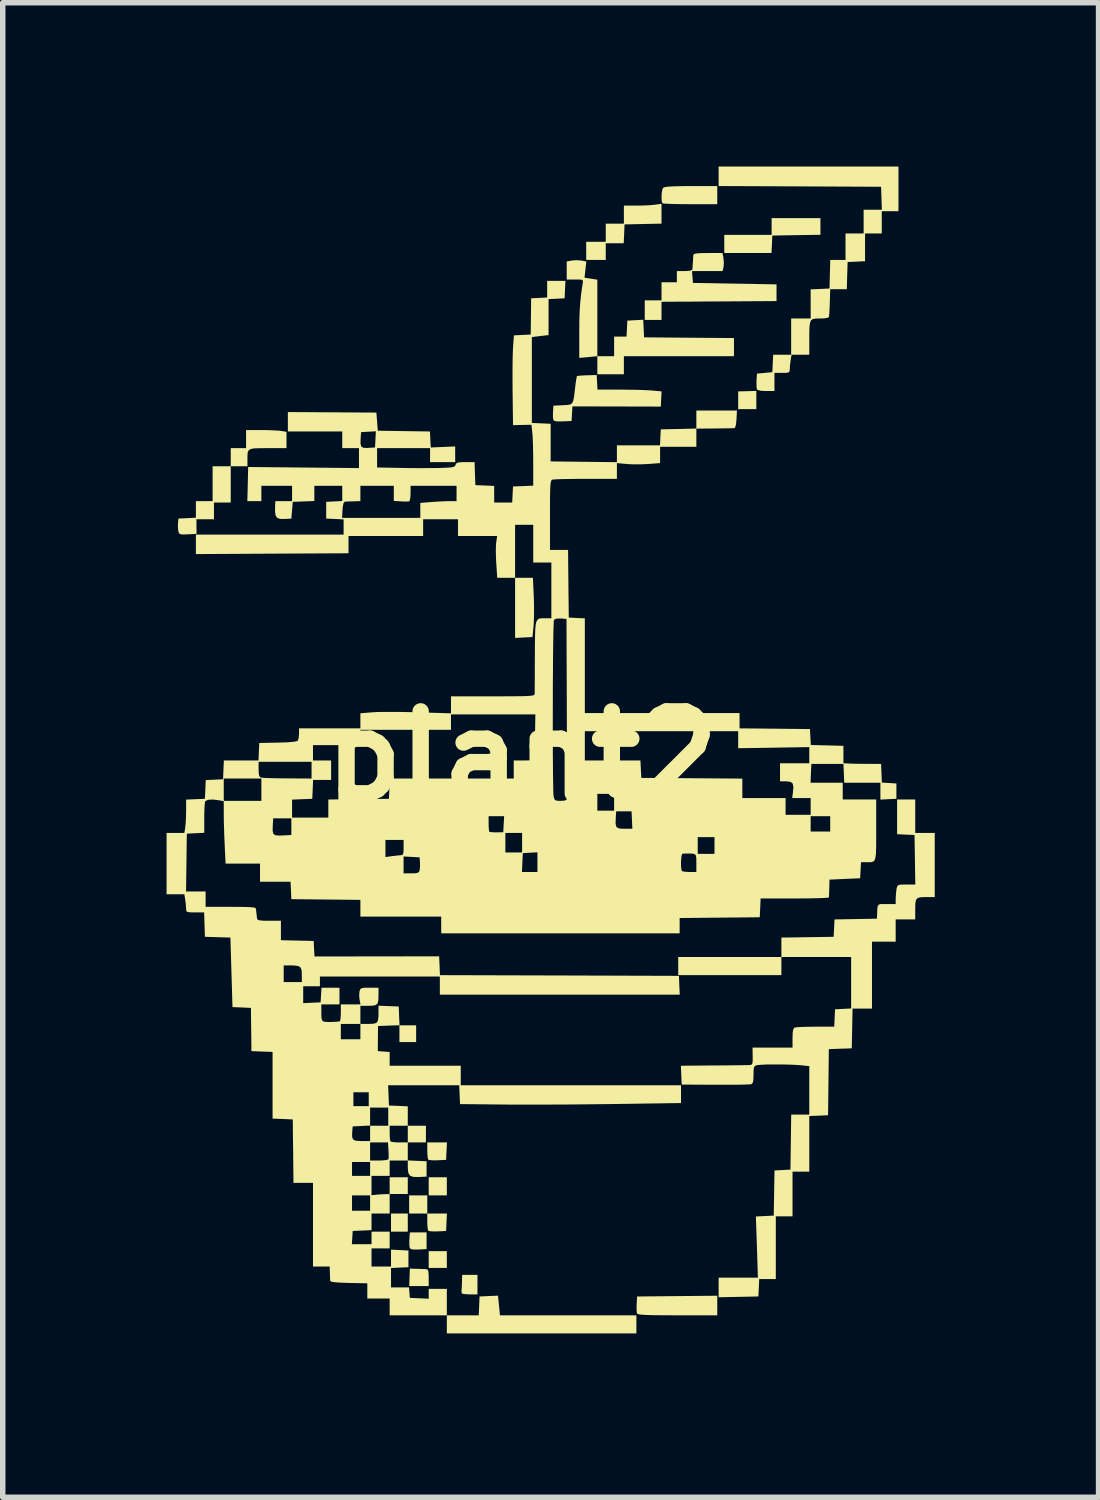
<source format=kicad_pcb>
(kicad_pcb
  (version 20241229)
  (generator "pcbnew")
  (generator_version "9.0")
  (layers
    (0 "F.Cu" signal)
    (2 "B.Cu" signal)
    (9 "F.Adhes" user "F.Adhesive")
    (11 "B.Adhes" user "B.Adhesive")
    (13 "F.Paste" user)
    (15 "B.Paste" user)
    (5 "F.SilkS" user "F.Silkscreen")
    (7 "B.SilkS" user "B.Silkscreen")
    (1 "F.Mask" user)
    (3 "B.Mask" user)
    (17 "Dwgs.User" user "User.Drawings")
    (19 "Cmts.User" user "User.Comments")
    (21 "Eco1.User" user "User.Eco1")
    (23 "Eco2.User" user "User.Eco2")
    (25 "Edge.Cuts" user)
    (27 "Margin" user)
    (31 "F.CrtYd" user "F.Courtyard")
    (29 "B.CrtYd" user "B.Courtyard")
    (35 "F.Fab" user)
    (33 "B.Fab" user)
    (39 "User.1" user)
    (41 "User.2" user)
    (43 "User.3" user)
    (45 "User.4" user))
  (footprint "plant2"
    (layer "F.Cu")
    (at 6.51 10.798)
    (property "Reference" "plant2" (at 0 0 0) (layer "F.SilkS") (effects (font (size 1.5 1.5) (thickness 0.3))))
    (attr board_only exclude_from_pos_files exclude_from_bom)
    (fp_poly (pts (xy -2.093 8.539) (xy -2.093 8.705) (xy -2.246 8.705) (xy -2.4 8.705) (xy -2.4 8.539) (xy -2.4 8.373) (xy -2.246 8.373) (xy -2.093 8.373)) (stroke (width 0) (type solid)) (fill yes) (layer "F.SilkS"))
    (fp_poly (pts (xy -1.736 8.207) (xy -1.736 8.373) (xy -1.902 8.373) (xy -2.068 8.373) (xy -2.068 8.207) (xy -2.068 8.041) (xy -1.902 8.041) (xy -1.736 8.041)) (stroke (width 0) (type solid)) (fill yes) (layer "F.SilkS"))
    (fp_poly (pts (xy -1.378 7.875) (xy -1.378 8.041) (xy -1.544 8.041) (xy -1.71 8.041) (xy -1.71 7.875) (xy -1.71 7.709) (xy -1.544 7.709) (xy -1.378 7.709)) (stroke (width 0) (type solid)) (fill yes) (layer "F.SilkS"))
    (fp_poly (pts (xy -1.378 9.215) (xy -1.378 9.369) (xy -1.544 9.369) (xy -1.71 9.369) (xy -1.71 9.215) (xy -1.71 9.062) (xy -1.544 9.062) (xy -1.378 9.062)) (stroke (width 0) (type solid)) (fill yes) (layer "F.SilkS"))
    (fp_poly (pts (xy 4.289 -6.523) (xy 4.289 -6.356) (xy 4.123 -6.356) (xy 3.957 -6.356) (xy 3.957 -6.519) (xy 3.957 -6.681) (xy 4.123 -6.685) (xy 4.289 -6.69)) (stroke (width 0) (type solid)) (fill yes) (layer "F.SilkS"))
    (fp_poly (pts (xy -1.749 8.871) (xy -1.749 9.024) (xy -1.896 9.032) (xy -1.987 9.033) (xy -2.038 9.022) (xy -2.057 9.003) (xy -2.064 8.957) (xy -2.065 8.882) (xy -2.063 8.842) (xy -2.055 8.718) (xy -1.902 8.718) (xy -1.749 8.718)) (stroke (width 0) (type solid)) (fill yes) (layer "F.SilkS"))
    (fp_poly (pts (xy -1.384 7.231) (xy -1.391 7.39) (xy -1.545 7.398) (xy -1.63 7.399) (xy -1.693 7.394) (xy -1.718 7.387) (xy -1.728 7.354) (xy -1.734 7.285) (xy -1.736 7.22) (xy -1.736 7.071) (xy -1.556 7.071) (xy -1.376 7.071)) (stroke (width 0) (type solid)) (fill yes) (layer "F.SilkS"))
    (fp_poly (pts (xy -1.384 8.533) (xy -1.391 8.692) (xy -1.545 8.7) (xy -1.63 8.701) (xy -1.693 8.696) (xy -1.718 8.689) (xy -1.728 8.655) (xy -1.734 8.587) (xy -1.736 8.522) (xy -1.736 8.373) (xy -1.556 8.373) (xy -1.376 8.373)) (stroke (width 0) (type solid)) (fill yes) (layer "F.SilkS"))
    (fp_poly (pts (xy 0.214 -2.929) (xy 0.218 -2.78) (xy 0.219 -2.626) (xy 0.216 -2.487) (xy 0.21 -2.387) (xy 0.191 -2.183) (xy 0.032 -2.175) (xy -0.128 -2.167) (xy -0.128 -2.717) (xy -0.128 -3.268) (xy 0.035 -3.268) (xy 0.198 -3.268)) (stroke (width 0) (type solid)) (fill yes) (layer "F.SilkS"))
    (fp_poly (pts (xy -1.927 9.386) (xy -1.843 9.388) (xy -1.775 9.391) (xy -1.755 9.392) (xy -1.73 9.401) (xy -1.716 9.434) (xy -1.711 9.5) (xy -1.71 9.547) (xy -1.71 9.701) (xy -1.889 9.701) (xy -2.067 9.701) (xy -2.061 9.541) (xy -2.055 9.381)) (stroke (width 0) (type solid)) (fill yes) (layer "F.SilkS"))
    (fp_poly (pts (xy -0.817 9.675) (xy -0.817 9.854) (xy -0.956 9.854) (xy -1.034 9.85) (xy -1.089 9.842) (xy -1.104 9.835) (xy -1.11 9.794) (xy -1.109 9.783) (xy -1.105 9.741) (xy -1.102 9.667) (xy -1.101 9.624) (xy -1.098 9.496) (xy -0.957 9.496) (xy -0.817 9.496)) (stroke (width 0) (type solid)) (fill yes) (layer "F.SilkS"))
    (fp_poly (pts (xy 5.463 -9.701) (xy 5.463 -9.549) (xy 5.023 -9.542) (xy 4.582 -9.535) (xy 4.575 -9.375) (xy 4.567 -9.215) (xy 4.134 -9.215) (xy 3.702 -9.215) (xy 3.702 -9.381) (xy 3.702 -9.547) (xy 4.135 -9.547) (xy 4.569 -9.547) (xy 4.569 -9.701) (xy 4.569 -9.854) (xy 5.016 -9.854) (xy 5.463 -9.854)) (stroke (width 0) (type solid)) (fill yes) (layer "F.SilkS"))
    (fp_poly (pts (xy 3.574 10.057) (xy 3.574 10.237) (xy 2.846 10.237) (xy 2.627 10.236) (xy 2.454 10.235) (xy 2.323 10.232) (xy 2.227 10.228) (xy 2.163 10.223) (xy 2.124 10.215) (xy 2.106 10.205) (xy 2.104 10.202) (xy 2.098 10.158) (xy 2.096 10.083) (xy 2.098 10.029) (xy 2.106 9.892) (xy 2.84 9.885) (xy 3.574 9.878)) (stroke (width 0) (type solid)) (fill yes) (layer "F.SilkS"))
    (fp_poly (pts (xy 3.574 -10.275) (xy 3.574 -10.109) (xy 3.08 -10.109) (xy 2.927 -10.11) (xy 2.79 -10.112) (xy 2.68 -10.116) (xy 2.604 -10.12) (xy 2.57 -10.125) (xy 2.57 -10.126) (xy 2.557 -10.166) (xy 2.553 -10.235) (xy 2.557 -10.313) (xy 2.569 -10.379) (xy 2.583 -10.41) (xy 2.615 -10.422) (xy 2.684 -10.431) (xy 2.795 -10.437) (xy 2.951 -10.44) (xy 3.094 -10.441) (xy 3.574 -10.441)) (stroke (width 0) (type solid)) (fill yes) (layer "F.SilkS"))
    (fp_poly (pts (xy 2.553 -9.934) (xy 2.553 -9.753) (xy 2.215 -9.746) (xy 1.876 -9.739) (xy 1.869 -9.566) (xy 1.861 -9.394) (xy 1.696 -9.394) (xy 1.532 -9.394) (xy 1.532 -9.241) (xy 1.532 -9.088) (xy 1.353 -9.088) (xy 1.174 -9.088) (xy 1.174 -9.254) (xy 1.174 -9.42) (xy 1.353 -9.42) (xy 1.532 -9.42) (xy 1.532 -9.586) (xy 1.532 -9.752) (xy 1.698 -9.752) (xy 1.864 -9.752) (xy 1.864 -9.917) (xy 1.864 -10.083) (xy 2.09 -10.083) (xy 2.21 -10.085) (xy 2.326 -10.09) (xy 2.418 -10.098) (xy 2.434 -10.1) (xy 2.553 -10.116)) (stroke (width 0) (type solid)) (fill yes) (layer "F.SilkS"))
    (fp_poly (pts (xy 1.373 -6.847) (xy 1.381 -6.714) (xy 1.795 -6.714) (xy 1.951 -6.712) (xy 2.105 -6.71) (xy 2.241 -6.705) (xy 2.347 -6.7) (xy 2.381 -6.697) (xy 2.554 -6.681) (xy 2.547 -6.542) (xy 2.54 -6.403) (xy 1.731 -6.405) (xy 0.922 -6.407) (xy 0.914 -6.273) (xy 0.906 -6.139) (xy 0.746 -6.132) (xy 0.651 -6.131) (xy 0.596 -6.139) (xy 0.573 -6.16) (xy 0.572 -6.161) (xy 0.565 -6.208) (xy 0.565 -6.282) (xy 0.566 -6.309) (xy 0.574 -6.42) (xy 0.745 -6.428) (xy 0.825 -6.432) (xy 0.88 -6.441) (xy 0.915 -6.464) (xy 0.937 -6.51) (xy 0.952 -6.587) (xy 0.966 -6.704) (xy 0.97 -6.74) (xy 0.982 -6.838) (xy 0.994 -6.914) (xy 1.003 -6.957) (xy 1.005 -6.961) (xy 1.033 -6.967) (xy 1.099 -6.972) (xy 1.188 -6.976) (xy 1.19 -6.976) (xy 1.366 -6.981)) (stroke (width 0) (type solid)) (fill yes) (layer "F.SilkS"))
    (fp_poly (pts (xy 1.086 -9.077) (xy 1.176 -9.06) (xy 1.16 -8.911) (xy 1.143 -8.763) (xy 1.261 -8.745) (xy 1.378 -8.727) (xy 1.378 -8.027) (xy 1.378 -7.326) (xy 1.532 -7.326) (xy 1.685 -7.326) (xy 1.685 -7.505) (xy 1.685 -7.684) (xy 1.798 -7.684) (xy 1.912 -7.684) (xy 1.92 -7.831) (xy 1.927 -7.977) (xy 2.073 -7.985) (xy 2.218 -7.993) (xy 2.226 -7.832) (xy 2.234 -7.671) (xy 3.057 -7.664) (xy 3.88 -7.658) (xy 3.88 -7.492) (xy 3.88 -7.326) (xy 2.872 -7.326) (xy 1.864 -7.326) (xy 1.864 -7.161) (xy 1.864 -6.995) (xy 1.621 -6.995) (xy 1.378 -6.995) (xy 1.378 -7.16) (xy 1.378 -7.325) (xy 1.213 -7.309) (xy 1.047 -7.294) (xy 1.047 -7.758) (xy 1.048 -7.98) (xy 1.055 -8.166) (xy 1.067 -8.332) (xy 1.085 -8.494) (xy 1.11 -8.66) (xy 1.115 -8.699) (xy 1.104 -8.72) (xy 1.067 -8.729) (xy 0.992 -8.73) (xy 0.969 -8.73) (xy 0.817 -8.73) (xy 0.817 -8.895) (xy 0.817 -9.06) (xy 0.906 -9.077) (xy 0.997 -9.084)) (stroke (width 0) (type solid)) (fill yes) (layer "F.SilkS"))
    (fp_poly (pts (xy 3.687 -9.124) (xy 3.695 -9.039) (xy 3.689 -8.96) (xy 3.688 -8.958) (xy 3.672 -8.884) (xy 3.391 -8.884) (xy 3.111 -8.884) (xy 3.12 -8.775) (xy 3.129 -8.667) (xy 3.894 -8.654) (xy 4.659 -8.641) (xy 4.659 -8.488) (xy 4.659 -8.335) (xy 3.74 -8.329) (xy 3.522 -8.328) (xy 3.315 -8.327) (xy 3.125 -8.325) (xy 2.961 -8.324) (xy 2.827 -8.324) (xy 2.732 -8.323) (xy 2.687 -8.323) (xy 2.553 -8.322) (xy 2.553 -8.156) (xy 2.553 -7.99) (xy 2.4 -7.99) (xy 2.246 -7.99) (xy 2.246 -8.169) (xy 2.246 -8.348) (xy 2.4 -8.348) (xy 2.553 -8.348) (xy 2.553 -8.513) (xy 2.553 -8.679) (xy 2.693 -8.679) (xy 2.834 -8.679) (xy 2.834 -8.782) (xy 2.834 -8.884) (xy 2.974 -8.884) (xy 3.069 -8.889) (xy 3.114 -8.907) (xy 3.118 -8.916) (xy 3.122 -8.96) (xy 3.126 -9.031) (xy 3.128 -9.05) (xy 3.132 -9.123) (xy 3.136 -9.176) (xy 3.137 -9.184) (xy 3.154 -9.199) (xy 3.207 -9.209) (xy 3.301 -9.214) (xy 3.405 -9.215) (xy 3.67 -9.215)) (stroke (width 0) (type solid)) (fill yes) (layer "F.SilkS"))
    (fp_poly (pts (xy -4.78 -5.973) (xy -4.655 -5.972) (xy -4.54 -5.967) (xy -4.449 -5.962) (xy -4.41 -5.957) (xy -4.314 -5.941) (xy -4.314 -5.791) (xy -4.314 -5.642) (xy -4.656 -5.642) (xy -4.801 -5.641) (xy -4.902 -5.638) (xy -4.968 -5.627) (xy -5.006 -5.603) (xy -5.024 -5.564) (xy -5.029 -5.505) (xy -5.029 -5.435) (xy -5.029 -5.31) (xy -5.182 -5.31) (xy -5.335 -5.31) (xy -5.335 -4.978) (xy -5.335 -4.646) (xy -5.488 -4.646) (xy -5.642 -4.646) (xy -5.642 -4.493) (xy -5.642 -4.34) (xy -5.802 -4.34) (xy -5.963 -4.34) (xy -5.962 -4.206) (xy -5.961 -4.072) (xy -6.119 -4.064) (xy -6.207 -4.061) (xy -6.256 -4.066) (xy -6.281 -4.083) (xy -6.293 -4.116) (xy -6.294 -4.118) (xy -6.302 -4.188) (xy -6.301 -4.266) (xy -6.293 -4.352) (xy -6.133 -4.36) (xy -5.973 -4.368) (xy -5.973 -4.52) (xy -5.973 -4.672) (xy -5.82 -4.672) (xy -5.667 -4.672) (xy -5.667 -4.991) (xy -5.667 -5.31) (xy -5.501 -5.31) (xy -5.335 -5.31) (xy -5.335 -5.476) (xy -5.335 -5.642) (xy -5.195 -5.642) (xy -5.054 -5.642) (xy -5.054 -5.808) (xy -5.054 -5.973)) (stroke (width 0) (type solid)) (fill yes) (layer "F.SilkS"))
    (fp_poly (pts (xy 6.892 -10.39) (xy 6.892 -9.981) (xy 6.739 -9.981) (xy 6.586 -9.981) (xy 6.586 -9.777) (xy 6.586 -9.573) (xy 6.433 -9.573) (xy 6.28 -9.573) (xy 6.28 -9.319) (xy 6.28 -9.065) (xy 6.12 -9.057) (xy 5.961 -9.05) (xy 5.953 -8.801) (xy 5.946 -8.552) (xy 5.794 -8.552) (xy 5.642 -8.552) (xy 5.637 -8.379) (xy 5.632 -8.228) (xy 5.626 -8.116) (xy 5.62 -8.048) (xy 5.595 -8.028) (xy 5.525 -8.018) (xy 5.453 -8.016) (xy 5.379 -8.015) (xy 5.327 -8.007) (xy 5.293 -7.985) (xy 5.273 -7.941) (xy 5.263 -7.868) (xy 5.259 -7.758) (xy 5.259 -7.626) (xy 5.259 -7.352) (xy 5.096 -7.352) (xy 4.934 -7.352) (xy 4.918 -7.256) (xy 4.907 -7.171) (xy 4.902 -7.095) (xy 4.902 -7.09) (xy 4.898 -7.05) (xy 4.881 -7.029) (xy 4.837 -7.021) (xy 4.761 -7.02) (xy 4.621 -7.02) (xy 4.621 -6.854) (xy 4.621 -6.688) (xy 4.467 -6.688) (xy 4.367 -6.693) (xy 4.312 -6.709) (xy 4.299 -6.723) (xy 4.293 -6.768) (xy 4.292 -6.843) (xy 4.293 -6.883) (xy 4.301 -7.007) (xy 4.442 -7.02) (xy 4.582 -7.033) (xy 4.59 -7.192) (xy 4.597 -7.352) (xy 4.762 -7.352) (xy 4.927 -7.352) (xy 4.927 -7.684) (xy 4.927 -8.016) (xy 5.106 -8.016) (xy 5.284 -8.016) (xy 5.284 -8.283) (xy 5.284 -8.549) (xy 5.457 -8.557) (xy 5.629 -8.565) (xy 5.636 -8.826) (xy 5.643 -9.088) (xy 5.783 -9.088) (xy 5.922 -9.088) (xy 5.922 -9.33) (xy 5.922 -9.573) (xy 6.088 -9.573) (xy 6.254 -9.573) (xy 6.254 -9.79) (xy 6.254 -10.007) (xy 6.421 -10.007) (xy 6.588 -10.007) (xy 6.581 -10.217) (xy 6.573 -10.428) (xy 5.086 -10.435) (xy 3.599 -10.441) (xy 3.599 -10.62) (xy 3.599 -10.798) (xy 5.246 -10.798) (xy 6.892 -10.798)) (stroke (width 0) (type solid)) (fill yes) (layer "F.SilkS"))
    (fp_poly (pts (xy 7.199 1.098) (xy 7.199 1.404) (xy 7.377 1.404) (xy 7.556 1.404) (xy 7.556 1.991) (xy 7.556 2.578) (xy 7.418 2.578) (xy 7.312 2.58) (xy 7.248 2.593) (xy 7.214 2.627) (xy 7.201 2.692) (xy 7.199 2.798) (xy 7.199 2.798) (xy 7.199 2.987) (xy 7.02 2.987) (xy 6.841 2.987) (xy 6.841 3.191) (xy 6.841 3.395) (xy 6.624 3.395) (xy 6.407 3.395) (xy 6.407 4.008) (xy 6.407 4.621) (xy 6.229 4.621) (xy 6.051 4.621) (xy 6.044 4.984) (xy 6.037 5.348) (xy 5.827 5.355) (xy 5.617 5.363) (xy 5.61 5.968) (xy 5.603 6.573) (xy 5.431 6.581) (xy 5.259 6.588) (xy 5.259 7.098) (xy 5.259 7.607) (xy 5.106 7.607) (xy 4.952 7.607) (xy 4.952 8.016) (xy 4.952 8.424) (xy 4.799 8.424) (xy 4.646 8.424) (xy 4.646 8.998) (xy 4.646 9.573) (xy 4.494 9.573) (xy 4.342 9.573) (xy 4.335 9.732) (xy 4.327 9.892) (xy 3.963 9.899) (xy 3.599 9.906) (xy 3.599 9.727) (xy 3.599 9.547) (xy 3.959 9.547) (xy 4.318 9.547) (xy 4.3 8.987) (xy 4.281 8.427) (xy 4.445 8.419) (xy 4.608 8.411) (xy 4.615 7.998) (xy 4.622 7.584) (xy 4.768 7.577) (xy 4.914 7.569) (xy 4.921 7.065) (xy 4.928 6.561) (xy 5.093 6.561) (xy 5.259 6.561) (xy 5.259 6.118) (xy 5.259 5.674) (xy 5.102 5.658) (xy 5.004 5.651) (xy 4.881 5.646) (xy 4.745 5.643) (xy 4.608 5.643) (xy 4.481 5.644) (xy 4.377 5.649) (xy 4.308 5.655) (xy 4.295 5.658) (xy 4.263 5.671) (xy 4.246 5.699) (xy 4.239 5.754) (xy 4.238 5.833) (xy 4.235 5.923) (xy 4.226 5.974) (xy 4.207 5.999) (xy 4.189 6.006) (xy 4.151 6.009) (xy 4.069 6.012) (xy 3.951 6.014) (xy 3.806 6.015) (xy 3.641 6.015) (xy 3.532 6.015) (xy 2.923 6.012) (xy 2.915 5.839) (xy 2.908 5.667) (xy 3.503 5.662) (xy 3.675 5.661) (xy 3.834 5.659) (xy 3.97 5.658) (xy 4.076 5.656) (xy 4.143 5.655) (xy 4.161 5.655) (xy 4.196 5.65) (xy 4.215 5.632) (xy 4.222 5.588) (xy 4.223 5.507) (xy 4.222 5.494) (xy 4.22 5.335) (xy 4.586 5.335) (xy 4.952 5.335) (xy 4.952 5.159) (xy 4.955 5.06) (xy 4.965 5.001) (xy 4.984 4.973) (xy 4.993 4.968) (xy 5.032 4.962) (xy 5.112 4.957) (xy 5.221 4.954) (xy 5.349 4.952) (xy 5.374 4.952) (xy 5.716 4.952) (xy 5.723 4.793) (xy 5.731 4.633) (xy 5.878 4.626) (xy 6.025 4.618) (xy 6.025 4.147) (xy 6.025 3.676) (xy 5.386 3.676) (xy 4.748 3.676) (xy 4.748 3.842) (xy 4.748 4.008) (xy 3.804 4.008) (xy 2.859 4.008) (xy 2.859 3.842) (xy 2.859 3.676) (xy 3.804 3.676) (xy 4.748 3.676) (xy 4.748 3.498) (xy 4.748 3.32) (xy 5.227 3.313) (xy 5.705 3.306) (xy 5.713 3.147) (xy 5.721 2.988) (xy 6.109 2.981) (xy 6.497 2.974) (xy 6.5 2.91) (xy 6.504 2.809) (xy 6.511 2.748) (xy 6.53 2.717) (xy 6.57 2.706) (xy 6.639 2.706) (xy 6.675 2.706) (xy 6.841 2.706) (xy 6.841 2.607) (xy 6.846 2.517) (xy 6.856 2.433) (xy 6.857 2.428) (xy 6.868 2.385) (xy 6.887 2.361) (xy 6.926 2.351) (xy 7 2.349) (xy 7.037 2.349) (xy 7.2 2.349) (xy 7.193 1.895) (xy 7.186 1.442) (xy 7.026 1.435) (xy 6.867 1.427) (xy 6.867 1.109) (xy 6.867 0.791) (xy 7.033 0.791) (xy 7.199 0.791)) (stroke (width 0) (type solid)) (fill yes) (layer "F.SilkS"))
    (fp_poly (pts (xy 0.786 -8.545) (xy 0.779 -8.386) (xy 0.632 -8.378) (xy 0.485 -8.371) (xy 0.485 -8.041) (xy 0.485 -7.712) (xy 0.332 -7.695) (xy 0.179 -7.677) (xy 0.179 -6.89) (xy 0.179 -6.103) (xy 0.351 -6.096) (xy 0.523 -6.088) (xy 0.523 -5.744) (xy 0.523 -5.399) (xy 1.13 -5.392) (xy 1.736 -5.385) (xy 1.736 -5.539) (xy 1.736 -5.693) (xy 2.13 -5.693) (xy 2.525 -5.693) (xy 2.532 -5.839) (xy 2.54 -5.986) (xy 2.865 -5.993) (xy 3.191 -6.001) (xy 3.191 -6.166) (xy 3.191 -6.331) (xy 3.562 -6.331) (xy 3.934 -6.331) (xy 3.926 -6.171) (xy 3.916 -6.071) (xy 3.899 -6.017) (xy 3.887 -6.009) (xy 3.85 -6.007) (xy 3.773 -6.005) (xy 3.667 -6.004) (xy 3.542 -6.002) (xy 3.523 -6.002) (xy 3.191 -5.999) (xy 3.191 -5.833) (xy 3.191 -5.667) (xy 2.859 -5.667) (xy 2.527 -5.667) (xy 2.527 -5.518) (xy 2.527 -5.368) (xy 2.31 -5.352) (xy 2.18 -5.346) (xy 2.041 -5.345) (xy 1.922 -5.351) (xy 1.914 -5.352) (xy 1.736 -5.368) (xy 1.736 -5.224) (xy 1.736 -5.08) (xy 1.164 -5.08) (xy 0.996 -5.079) (xy 0.844 -5.077) (xy 0.716 -5.075) (xy 0.619 -5.071) (xy 0.562 -5.067) (xy 0.551 -5.065) (xy 0.538 -5.054) (xy 0.529 -5.031) (xy 0.521 -4.989) (xy 0.516 -4.922) (xy 0.513 -4.824) (xy 0.511 -4.689) (xy 0.511 -4.512) (xy 0.511 -4.414) (xy 0.511 -3.778) (xy 0.676 -3.778) (xy 0.842 -3.778) (xy 0.848 -3.159) (xy 0.855 -2.54) (xy 1.002 -2.532) (xy 1.149 -2.525) (xy 1.149 -1.658) (xy 1.149 -0.791) (xy 2.566 -0.791) (xy 3.982 -0.791) (xy 3.982 -0.651) (xy 3.982 -0.511) (xy 4.627 -0.505) (xy 5.271 -0.498) (xy 5.279 -0.352) (xy 5.287 -0.206) (xy 5.585 -0.199) (xy 5.884 -0.191) (xy 5.884 -0.032) (xy 5.884 0.128) (xy 5.986 0.133) (xy 6.058 0.136) (xy 6.163 0.138) (xy 6.282 0.139) (xy 6.331 0.139) (xy 6.573 0.14) (xy 6.581 0.311) (xy 6.588 0.482) (xy 6.721 0.49) (xy 6.854 0.498) (xy 6.854 0.638) (xy 6.854 0.779) (xy 6.707 0.786) (xy 6.561 0.794) (xy 6.561 0.639) (xy 6.561 0.485) (xy 6.23 0.485) (xy 5.899 0.485) (xy 5.892 0.313) (xy 5.884 0.14) (xy 5.591 0.14) (xy 5.297 0.14) (xy 5.289 0.313) (xy 5.282 0.485) (xy 5.577 0.485) (xy 5.871 0.485) (xy 5.871 0.638) (xy 5.871 0.791) (xy 6.178 0.791) (xy 6.484 0.791) (xy 6.484 1.35) (xy 6.484 1.539) (xy 6.483 1.682) (xy 6.479 1.786) (xy 6.47 1.858) (xy 6.455 1.903) (xy 6.431 1.928) (xy 6.396 1.938) (xy 6.349 1.94) (xy 6.305 1.94) (xy 6.206 1.94) (xy 6.198 2.087) (xy 6.19 2.234) (xy 5.91 2.246) (xy 5.629 2.259) (xy 5.625 2.412) (xy 5.622 2.497) (xy 5.62 2.56) (xy 5.618 2.585) (xy 5.593 2.59) (xy 5.524 2.595) (xy 5.418 2.599) (xy 5.281 2.602) (xy 5.122 2.603) (xy 4.992 2.604) (xy 4.368 2.604) (xy 4.36 2.776) (xy 4.352 2.948) (xy 3.619 2.955) (xy 2.885 2.962) (xy 2.885 3.102) (xy 2.885 3.242) (xy 0.702 3.242) (xy -1.481 3.242) (xy -1.481 3.089) (xy -1.481 2.936) (xy -2.221 2.936) (xy -2.961 2.936) (xy -2.961 2.783) (xy -2.961 2.63) (xy -3.593 2.623) (xy -4.225 2.617) (xy -4.232 2.457) (xy -4.24 2.297) (xy -4.52 2.297) (xy -4.799 2.297) (xy -4.799 2.132) (xy -4.799 1.99) (xy -2.17 1.99) (xy -2.17 2.144) (xy -2.03 2.144) (xy -1.948 2.142) (xy -1.903 2.131) (xy -1.893 2.119) (xy -0.002 2.119) (xy 0.139 2.119) (xy 0.281 2.119) (xy 0.281 1.942) (xy 2.91 1.942) (xy 2.911 2.018) (xy 2.918 2.078) (xy 2.927 2.102) (xy 2.961 2.112) (xy 3.027 2.118) (xy 3.068 2.119) (xy 3.191 2.119) (xy 3.191 1.953) (xy 3.19 1.863) (xy 3.181 1.812) (xy 3.152 1.788) (xy 3.092 1.781) (xy 3.012 1.781) (xy 2.957 1.783) (xy 2.936 1.784) (xy 2.923 1.808) (xy 2.914 1.867) (xy 2.91 1.942) (xy 0.281 1.942) (xy 0.281 1.939) (xy 0.281 1.759) (xy 0.147 1.766) (xy 0.013 1.774) (xy 0.005 1.946) (xy -0.002 2.119) (xy -1.893 2.119) (xy -1.882 2.107) (xy -1.876 2.087) (xy -1.869 2.021) (xy -1.87 1.942) (xy -1.87 1.94) (xy -1.877 1.851) (xy -2.024 1.843) (xy -2.17 1.835) (xy -2.17 1.99) (xy -4.799 1.99) (xy -4.799 1.966) (xy -5.114 1.966) (xy -5.429 1.966) (xy -5.443 1.688) (xy -2.502 1.688) (xy -2.502 1.845) (xy -2.383 1.829) (xy -2.301 1.819) (xy -2.234 1.813) (xy -2.217 1.812) (xy -2.19 1.805) (xy -2.175 1.776) (xy -2.17 1.712) (xy -2.17 1.672) (xy -2.17 1.583) (xy -0.306 1.583) (xy -0.306 1.761) (xy -0.153 1.761) (xy -0.000001 1.761) (xy -0.000001 1.634) (xy 3.216 1.634) (xy 3.216 1.787) (xy 3.37 1.787) (xy 3.523 1.787) (xy 3.523 1.634) (xy 3.523 1.481) (xy 3.37 1.481) (xy 3.216 1.481) (xy 3.216 1.634) (xy -0.000001 1.634) (xy -0.000001 1.583) (xy -0.000001 1.404) (xy -0.153 1.404) (xy -0.306 1.404) (xy -0.306 1.583) (xy -2.17 1.583) (xy -2.17 1.532) (xy -2.336 1.532) (xy -2.502 1.532) (xy -2.502 1.688) (xy -5.443 1.688) (xy -5.446 1.617) (xy -5.453 1.463) (xy -5.456 1.36) (xy -4.568 1.36) (xy -4.556 1.418) (xy -4.52 1.446) (xy -4.45 1.452) (xy -4.385 1.45) (xy -4.225 1.442) (xy -4.225 1.289) (xy -4.225 1.234) (xy -0.613 1.234) (xy -0.611 1.312) (xy -0.605 1.367) (xy -0.6 1.382) (xy -0.57 1.389) (xy -0.506 1.393) (xy -0.466 1.393) (xy -0.345 1.391) (xy -0.337 1.244) (xy -0.336 1.231) (xy 1.712 1.231) (xy 1.724 1.289) (xy 1.76 1.318) (xy 1.828 1.327) (xy 1.877 1.327) (xy 2.019 1.327) (xy 2.015 1.238) (xy 5.284 1.238) (xy 5.284 1.378) (xy 5.463 1.378) (xy 5.642 1.378) (xy 5.642 1.238) (xy 5.642 1.098) (xy 5.463 1.098) (xy 5.284 1.098) (xy 5.284 1.238) (xy 2.015 1.238) (xy 2.012 1.168) (xy 2.004 1.008) (xy 1.864 1.008) (xy 1.723 1.008) (xy 1.715 1.133) (xy 1.712 1.231) (xy -0.336 1.231) (xy -0.329 1.098) (xy -0.471 1.098) (xy -0.613 1.098) (xy -0.613 1.234) (xy -4.225 1.234) (xy -4.225 1.136) (xy -4.391 1.136) (xy -4.557 1.136) (xy -4.565 1.26) (xy -4.568 1.36) (xy -5.456 1.36) (xy -5.458 1.304) (xy -5.462 1.158) (xy -5.463 1.046) (xy -5.463 0.823) (xy -5.543 0.807) (xy -5.659 0.792) (xy -5.747 0.797) (xy -5.798 0.82) (xy -5.805 0.832) (xy -5.811 0.873) (xy -5.816 0.953) (xy -5.82 1.058) (xy -5.82 1.137) (xy -5.82 1.402) (xy -5.98 1.409) (xy -6.139 1.417) (xy -6.146 1.946) (xy -6.153 2.476) (xy -5.974 2.476) (xy -5.795 2.476) (xy -5.795 2.617) (xy -5.795 2.757) (xy -5.335 2.757) (xy -5.169 2.758) (xy -5.047 2.76) (xy -4.963 2.764) (xy -4.91 2.77) (xy -4.883 2.78) (xy -4.873 2.793) (xy -4.873 2.795) (xy -4.867 2.853) (xy -4.863 2.885) (xy -4.856 2.947) (xy -4.853 2.974) (xy -4.842 2.993) (xy -4.806 3.005) (xy -4.736 3.011) (xy -4.633 3.012) (xy -4.416 3.012) (xy -4.416 3.19) (xy -4.416 3.368) (xy -4.116 3.375) (xy -3.816 3.382) (xy -3.809 3.524) (xy -3.801 3.666) (xy -2.66 3.665) (xy -1.519 3.663) (xy -1.511 3.835) (xy -1.504 4.008) (xy 0.684 4.014) (xy 2.872 4.021) (xy 2.879 4.193) (xy 2.887 4.365) (xy 0.69 4.365) (xy -1.506 4.365) (xy -1.506 4.199) (xy -1.506 4.033) (xy -2.604 4.033) (xy -3.702 4.033) (xy -3.702 4.123) (xy -3.702 4.212) (xy -3.855 4.212) (xy -4.008 4.212) (xy -4.008 4.366) (xy -4.008 4.521) (xy -3.848 4.513) (xy -3.689 4.506) (xy -3.681 4.372) (xy -3.673 4.238) (xy -3.509 4.238) (xy -3.344 4.238) (xy -3.344 4.391) (xy -3.344 4.544) (xy -3.51 4.544) (xy -3.676 4.544) (xy -3.676 4.697) (xy -3.674 4.782) (xy -3.665 4.83) (xy -3.645 4.853) (xy -3.619 4.861) (xy -3.558 4.866) (xy -3.472 4.865) (xy -3.386 4.86) (xy -3.338 4.854) (xy -3.328 4.829) (xy -3.321 4.767) (xy -3.319 4.697) (xy -3.319 4.544) (xy -3.139 4.544) (xy -2.959 4.544) (xy -2.976 4.455) (xy -2.983 4.374) (xy -2.977 4.303) (xy -2.976 4.302) (xy -2.964 4.267) (xy -2.94 4.248) (xy -2.892 4.239) (xy -2.808 4.238) (xy -2.795 4.238) (xy -2.629 4.238) (xy -2.629 4.363) (xy -2.632 4.465) (xy -2.647 4.527) (xy -2.682 4.557) (xy -2.747 4.568) (xy -2.811 4.569) (xy -2.961 4.569) (xy -2.961 4.735) (xy -2.961 4.901) (xy -2.811 4.901) (xy -2.721 4.898) (xy -2.667 4.882) (xy -2.64 4.842) (xy -2.63 4.768) (xy -2.629 4.694) (xy -2.629 4.567) (xy -2.444 4.575) (xy -2.259 4.582) (xy -2.252 4.755) (xy -2.244 4.927) (xy -2.092 4.927) (xy -1.94 4.927) (xy -1.94 5.08) (xy -1.94 5.233) (xy -2.093 5.233) (xy -2.246 5.233) (xy -2.246 5.079) (xy -2.246 4.925) (xy -2.442 4.932) (xy -2.638 4.94) (xy -2.64 5.169) (xy -2.642 5.399) (xy -2.534 5.407) (xy -2.425 5.415) (xy -2.425 5.541) (xy -2.425 5.667) (xy -1.774 5.667) (xy -1.123 5.667) (xy -1.123 5.846) (xy -1.123 6.025) (xy 0.893 6.025) (xy 2.91 6.025) (xy 2.91 6.187) (xy 2.91 6.35) (xy 1.678 6.368) (xy 1.396 6.371) (xy 1.098 6.374) (xy 0.796 6.377) (xy 0.499 6.378) (xy 0.218 6.379) (xy -0.037 6.379) (xy -0.256 6.378) (xy -0.345 6.377) (xy -1.136 6.369) (xy -1.144 6.197) (xy -1.151 6.025) (xy -1.802 6.025) (xy -2.453 6.025) (xy -2.445 6.21) (xy -2.438 6.395) (xy -2.266 6.402) (xy -2.093 6.41) (xy -2.093 6.587) (xy -2.093 6.765) (xy -2.259 6.765) (xy -2.425 6.765) (xy -2.425 6.901) (xy -2.422 6.98) (xy -2.415 7.037) (xy -2.408 7.054) (xy -2.375 7.063) (xy -2.308 7.07) (xy -2.242 7.071) (xy -2.093 7.071) (xy -2.093 6.918) (xy -2.093 6.765) (xy -1.927 6.765) (xy -1.761 6.765) (xy -1.761 6.918) (xy -1.761 7.071) (xy -1.927 7.071) (xy -2.093 7.071) (xy -2.093 7.236) (xy -2.093 7.401) (xy -1.921 7.408) (xy -1.749 7.416) (xy -1.749 7.556) (xy -1.749 7.697) (xy -1.885 7.704) (xy -1.988 7.703) (xy -2.051 7.681) (xy -2.083 7.63) (xy -2.093 7.542) (xy -2.093 7.528) (xy -2.093 7.403) (xy -2.259 7.403) (xy -2.425 7.403) (xy -2.425 7.543) (xy -2.425 7.684) (xy -2.591 7.684) (xy -2.757 7.684) (xy -2.757 7.861) (xy -2.757 8.038) (xy -2.687 8.03) (xy -2.612 8.023) (xy -2.525 8.019) (xy -2.521 8.019) (xy -2.425 8.016) (xy -2.425 7.863) (xy -2.425 7.709) (xy -2.259 7.709) (xy -2.093 7.709) (xy -2.093 7.863) (xy -2.093 8.016) (xy -2.259 8.016) (xy -2.425 8.016) (xy -2.425 8.194) (xy -2.425 8.373) (xy -2.591 8.373) (xy -2.757 8.373) (xy -2.757 8.525) (xy -2.757 8.677) (xy -2.929 8.685) (xy -3.102 8.692) (xy -3.109 8.813) (xy -3.117 8.935) (xy -2.937 8.935) (xy -2.757 8.935) (xy -2.757 8.82) (xy -2.757 8.705) (xy -2.591 8.705) (xy -2.425 8.705) (xy -2.425 8.858) (xy -2.425 9.011) (xy -2.591 9.011) (xy -2.757 9.011) (xy -2.757 9.177) (xy -2.757 9.343) (xy -2.578 9.343) (xy -2.4 9.343) (xy -2.4 9.189) (xy -2.4 9.034) (xy -2.24 9.042) (xy -2.081 9.05) (xy -2.081 9.203) (xy -2.081 9.356) (xy -2.24 9.363) (xy -2.4 9.371) (xy -2.4 9.549) (xy -2.4 9.726) (xy -2.235 9.726) (xy -2.071 9.726) (xy -2.063 9.822) (xy -2.055 9.917) (xy -1.883 9.925) (xy -1.71 9.933) (xy -1.71 9.842) (xy -1.71 9.752) (xy -1.544 9.752) (xy -1.378 9.752) (xy -1.378 9.994) (xy -1.378 10.237) (xy -1.086 10.237) (xy -0.794 10.237) (xy -0.786 10.064) (xy -0.779 9.892) (xy -0.61 9.884) (xy -0.441 9.877) (xy -0.423 10.057) (xy -0.405 10.237) (xy 0.844 10.237) (xy 2.093 10.237) (xy 2.093 10.403) (xy 2.093 10.568) (xy 0.357 10.568) (xy -1.378 10.568) (xy -1.378 10.403) (xy -1.378 10.237) (xy -1.902 10.237) (xy -2.425 10.237) (xy -2.425 10.083) (xy -2.425 9.93) (xy -2.629 9.93) (xy -2.834 9.93) (xy -2.834 9.791) (xy -2.834 9.651) (xy -3.172 9.644) (xy -3.321 9.639) (xy -3.423 9.632) (xy -3.485 9.623) (xy -3.512 9.609) (xy -3.513 9.605) (xy -3.516 9.561) (xy -3.519 9.489) (xy -3.52 9.458) (xy -3.523 9.343) (xy -3.676 9.343) (xy -3.829 9.343) (xy -3.829 8.577) (xy -3.829 8.182) (xy -3.114 8.182) (xy -3.114 8.322) (xy -2.948 8.322) (xy -2.783 8.322) (xy -2.783 8.182) (xy -2.783 8.041) (xy -2.948 8.041) (xy -3.114 8.041) (xy -3.114 8.182) (xy -3.829 8.182) (xy -3.829 7.811) (xy -4.007 7.811) (xy -4.186 7.811) (xy -4.189 7.556) (xy -3.114 7.556) (xy -3.114 7.684) (xy -2.948 7.684) (xy -2.783 7.684) (xy -2.783 7.556) (xy -2.783 7.429) (xy -2.948 7.429) (xy -3.114 7.429) (xy -3.114 7.556) (xy -4.189 7.556) (xy -4.192 7.237) (xy -2.783 7.237) (xy -2.783 7.403) (xy -2.619 7.403) (xy -2.533 7.399) (xy -2.471 7.39) (xy -2.446 7.378) (xy -2.443 7.34) (xy -2.444 7.269) (xy -2.447 7.212) (xy -2.455 7.071) (xy -2.619 7.071) (xy -2.783 7.071) (xy -2.783 7.237) (xy -4.192 7.237) (xy -4.192 7.231) (xy -4.196 6.963) (xy -3.113 6.963) (xy -3.097 7.014) (xy -3.054 7.038) (xy -2.973 7.045) (xy -2.936 7.046) (xy -2.783 7.046) (xy -2.783 6.905) (xy -2.783 6.765) (xy -2.617 6.765) (xy -2.451 6.765) (xy -2.451 6.599) (xy -2.451 6.433) (xy -2.617 6.433) (xy -2.783 6.433) (xy -2.783 6.598) (xy -2.783 6.762) (xy -2.942 6.77) (xy -3.102 6.778) (xy -3.11 6.876) (xy -3.113 6.963) (xy -4.196 6.963) (xy -4.199 6.65) (xy -4.384 6.642) (xy -4.569 6.635) (xy -4.569 6.28) (xy -3.089 6.28) (xy -3.089 6.407) (xy -2.948 6.407) (xy -2.808 6.407) (xy -2.808 6.28) (xy -2.808 6.152) (xy -2.948 6.152) (xy -3.089 6.152) (xy -3.089 6.28) (xy -4.569 6.28) (xy -4.569 6.024) (xy -4.569 5.414) (xy -4.763 5.407) (xy -4.956 5.399) (xy -4.96 5.042) (xy -3.319 5.042) (xy -3.319 5.182) (xy -3.14 5.182) (xy -2.961 5.182) (xy -2.961 5.042) (xy -2.961 4.901) (xy -3.14 4.901) (xy -3.319 4.901) (xy -3.319 5.042) (xy -4.96 5.042) (xy -4.961 5.003) (xy -4.965 4.608) (xy -5.134 4.6) (xy -5.303 4.593) (xy -5.321 3.982) (xy -4.365 3.982) (xy -4.365 4.135) (xy -4.199 4.135) (xy -4.033 4.135) (xy -4.033 3.998) (xy -4.037 3.917) (xy -4.056 3.868) (xy -4.099 3.841) (xy -4.176 3.831) (xy -4.257 3.829) (xy -4.365 3.829) (xy -4.365 3.982) (xy -5.321 3.982) (xy -5.322 3.957) (xy -5.341 3.32) (xy -5.574 3.313) (xy -5.808 3.306) (xy -5.815 3.082) (xy -5.822 2.859) (xy -5.987 2.859) (xy -6.076 2.858) (xy -6.125 2.852) (xy -6.147 2.836) (xy -6.152 2.804) (xy -6.152 2.789) (xy -6.157 2.715) (xy -6.168 2.629) (xy -6.169 2.623) (xy -6.184 2.527) (xy -6.347 2.527) (xy -6.51 2.527) (xy -6.51 1.966) (xy -6.51 1.404) (xy -6.347 1.404) (xy -6.184 1.404) (xy -6.169 1.308) (xy -6.161 1.236) (xy -6.155 1.133) (xy -6.153 1.02) (xy -6.152 1.003) (xy -6.152 0.794) (xy -5.98 0.786) (xy -5.808 0.779) (xy -5.8 0.613) (xy -5.463 0.613) (xy -5.463 0.817) (xy -5.118 0.817) (xy -4.774 0.817) (xy -4.774 0.794) (xy -4.212 0.794) (xy -4.212 0.958) (xy -4.212 1.123) (xy -3.88 1.123) (xy -3.548 1.123) (xy -3.548 0.958) (xy -3.548 0.842) (xy 1.378 0.842) (xy 1.378 0.996) (xy 1.532 0.996) (xy 1.685 0.996) (xy 1.685 0.842) (xy 1.685 0.689) (xy 1.532 0.689) (xy 1.378 0.689) (xy 1.378 0.842) (xy -3.548 0.842) (xy -3.548 0.792) (xy -2.993 0.785) (xy -2.438 0.779) (xy -2.43 0.594) (xy -2.423 0.408) (xy -1.288 0.408) (xy -0.153 0.408) (xy -0.153 0.243) (xy -0.153 0.077) (xy 0.038 0.077) (xy 0.137 0.075) (xy 0.195 0.069) (xy 0.223 0.056) (xy 0.23 0.033) (xy 0.23 0.032) (xy 0.231 -0.009) (xy 0.232 -0.09) (xy 0.234 -0.201) (xy 0.236 -0.333) (xy 0.237 -0.389) (xy 0.239 -0.524) (xy 0.562 -0.524) (xy 0.563 -0.283) (xy 0.563 -0.056) (xy 0.565 0.153) (xy 0.566 0.339) (xy 0.569 0.496) (xy 0.571 0.618) (xy 0.574 0.701) (xy 0.578 0.737) (xy 0.592 0.787) (xy 0.618 0.81) (xy 0.674 0.817) (xy 0.705 0.817) (xy 0.778 0.812) (xy 0.813 0.796) (xy 0.821 0.772) (xy 0.821 0.739) (xy 0.821 0.66) (xy 0.822 0.539) (xy 0.822 0.379) (xy 0.821 0.187) (xy 0.821 -0.035) (xy 0.821 -0.191) (xy 1.149 -0.191) (xy 1.149 0.077) (xy 1.658 0.077) (xy 2.167 0.077) (xy 2.175 0.236) (xy 2.183 0.396) (xy 3.108 0.402) (xy 4.033 0.409) (xy 4.033 0.587) (xy 4.033 0.766) (xy 4.429 0.766) (xy 4.825 0.766) (xy 4.825 0.919) (xy 4.825 1.072) (xy 5.054 1.072) (xy 5.284 1.072) (xy 5.284 0.919) (xy 5.284 0.766) (xy 5.115 0.766) (xy 4.946 0.766) (xy 4.959 0.664) (xy 4.968 0.562) (xy 4.955 0.5) (xy 4.917 0.469) (xy 4.847 0.46) (xy 4.835 0.459) (xy 4.723 0.459) (xy 4.723 0.294) (xy 4.723 0.128) (xy 4.991 0.128) (xy 5.259 0.128) (xy 5.259 -0.02) (xy 5.259 -0.168) (xy 4.608 -0.157) (xy 3.957 -0.147) (xy 3.957 -0.303) (xy 3.957 -0.459) (xy 2.553 -0.459) (xy 1.149 -0.459) (xy 1.149 -0.191) (xy 0.821 -0.191) (xy 0.821 -0.28) (xy 0.82 -0.546) (xy 0.819 -0.827) (xy 0.819 -0.893) (xy 0.813 -2.514) (xy 0.709 -2.523) (xy 0.627 -2.52) (xy 0.584 -2.498) (xy 0.584 -2.497) (xy 0.58 -2.466) (xy 0.577 -2.39) (xy 0.573 -2.273) (xy 0.571 -2.121) (xy 0.568 -1.939) (xy 0.566 -1.733) (xy 0.565 -1.508) (xy 0.563 -1.269) (xy 0.563 -1.022) (xy 0.562 -0.772) (xy 0.562 -0.524) (xy 0.239 -0.524) (xy 0.243 -0.766) (xy -0.53 -0.766) (xy -1.302 -0.766) (xy -1.302 -0.625) (xy -1.302 -0.485) (xy -2.132 -0.485) (xy -2.961 -0.485) (xy -2.961 -0.345) (xy -2.961 -0.204) (xy -3.395 -0.204) (xy -3.829 -0.204) (xy -3.829 -0.064) (xy -3.829 0.077) (xy -3.663 0.077) (xy -3.497 0.077) (xy -3.497 0.255) (xy -3.497 0.434) (xy -3.662 0.434) (xy -3.827 0.434) (xy -3.834 0.606) (xy -3.842 0.779) (xy -4.027 0.786) (xy -4.212 0.794) (xy -4.774 0.794) (xy -4.774 0.613) (xy -4.774 0.408) (xy -5.118 0.408) (xy -5.463 0.408) (xy -5.463 0.613) (xy -5.8 0.613) (xy -5.8 0.607) (xy -5.792 0.436) (xy -5.634 0.429) (xy -5.476 0.421) (xy -5.468 0.249) (xy -5.468 0.241) (xy -4.825 0.241) (xy -4.821 0.325) (xy -4.808 0.371) (xy -4.783 0.39) (xy -4.78 0.391) (xy -4.741 0.395) (xy -4.66 0.399) (xy -4.546 0.402) (xy -4.41 0.404) (xy -4.295 0.405) (xy -3.855 0.408) (xy -3.855 0.255) (xy -3.855 0.102) (xy -4.34 0.102) (xy -4.825 0.102) (xy -4.825 0.241) (xy -5.468 0.241) (xy -5.461 0.077) (xy -5.144 0.077) (xy -4.827 0.077) (xy -4.82 -0.083) (xy -4.812 -0.243) (xy -4.468 -0.25) (xy -4.306 -0.255) (xy -4.193 -0.264) (xy -4.126 -0.276) (xy -4.105 -0.288) (xy -4.092 -0.333) (xy -4.085 -0.403) (xy -4.085 -0.415) (xy -4.084 -0.511) (xy -3.523 -0.511) (xy -2.961 -0.511) (xy -2.961 -0.649) (xy -2.961 -0.787) (xy -2.742 -0.805) (xy -2.652 -0.81) (xy -2.522 -0.812) (xy -2.362 -0.812) (xy -2.184 -0.811) (xy -1.997 -0.807) (xy -1.913 -0.805) (xy -1.302 -0.786) (xy -1.302 -0.942) (xy -1.302 -1.098) (xy -0.536 -1.098) (xy -0.318 -1.098) (xy -0.145 -1.099) (xy -0.013 -1.1) (xy 0.084 -1.103) (xy 0.151 -1.107) (xy 0.194 -1.113) (xy 0.218 -1.121) (xy 0.229 -1.132) (xy 0.23 -1.142) (xy 0.231 -1.179) (xy 0.231 -1.26) (xy 0.232 -1.377) (xy 0.233 -1.522) (xy 0.233 -1.689) (xy 0.234 -1.833) (xy 0.235 -2.039) (xy 0.237 -2.2) (xy 0.241 -2.321) (xy 0.249 -2.408) (xy 0.263 -2.466) (xy 0.284 -2.502) (xy 0.313 -2.52) (xy 0.354 -2.527) (xy 0.406 -2.527) (xy 0.432 -2.527) (xy 0.536 -2.527) (xy 0.536 -3.038) (xy 0.536 -3.548) (xy 0.37 -3.548) (xy 0.204 -3.548) (xy 0.204 -3.893) (xy 0.204 -4.238) (xy 0.038 -4.238) (xy -0.128 -4.238) (xy -0.128 -3.753) (xy -0.128 -3.268) (xy -0.291 -3.268) (xy -0.455 -3.268) (xy -0.473 -3.535) (xy -0.479 -3.661) (xy -0.481 -3.781) (xy -0.478 -3.879) (xy -0.474 -3.918) (xy -0.456 -4.033) (xy -0.815 -4.033) (xy -1.174 -4.033) (xy -1.174 -4.187) (xy -1.174 -4.34) (xy -1.493 -4.34) (xy -1.812 -4.34) (xy -1.812 -4.187) (xy -1.812 -4.033) (xy -2.495 -4.033) (xy -3.178 -4.033) (xy -3.178 -3.875) (xy -3.178 -3.717) (xy -4.576 -3.71) (xy -5.973 -3.702) (xy -5.973 -3.881) (xy -5.973 -4.059) (xy -4.621 -4.059) (xy -3.268 -4.059) (xy -3.268 -4.198) (xy -3.268 -4.337) (xy -3.427 -4.345) (xy -3.587 -4.352) (xy -3.587 -4.365) (xy -3.296 -4.365) (xy -2.58 -4.365) (xy -1.864 -4.365) (xy -1.864 -4.502) (xy -1.864 -4.639) (xy -1.668 -4.655) (xy -1.55 -4.663) (xy -1.429 -4.669) (xy -1.336 -4.672) (xy -1.2 -4.672) (xy -1.2 -4.812) (xy -1.2 -4.952) (xy -1.621 -4.952) (xy -2.042 -4.952) (xy -2.042 -4.814) (xy -2.046 -4.736) (xy -2.058 -4.682) (xy -2.068 -4.667) (xy -2.106 -4.664) (xy -2.176 -4.665) (xy -2.221 -4.668) (xy -2.349 -4.676) (xy -2.349 -4.814) (xy -2.349 -4.952) (xy -2.655 -4.952) (xy -2.961 -4.952) (xy -2.961 -4.812) (xy -2.961 -4.672) (xy -3.089 -4.668) (xy -3.17 -4.666) (xy -3.231 -4.663) (xy -3.248 -4.662) (xy -3.27 -4.635) (xy -3.284 -4.562) (xy -3.288 -4.512) (xy -3.296 -4.365) (xy -3.587 -4.365) (xy -3.587 -4.506) (xy -3.587 -4.659) (xy -3.44 -4.666) (xy -3.293 -4.674) (xy -3.293 -4.813) (xy -3.293 -4.952) (xy -3.548 -4.952) (xy -3.804 -4.952) (xy -3.804 -4.813) (xy -3.804 -4.674) (xy -4.001 -4.666) (xy -4.199 -4.659) (xy -4.212 -4.506) (xy -4.225 -4.352) (xy -4.34 -4.346) (xy -4.428 -4.346) (xy -4.484 -4.365) (xy -4.514 -4.41) (xy -4.524 -4.49) (xy -4.522 -4.589) (xy -4.518 -4.672) (xy -4.365 -4.672) (xy -4.212 -4.672) (xy -4.212 -4.812) (xy -4.212 -4.952) (xy -4.493 -4.952) (xy -4.774 -4.952) (xy -4.774 -4.812) (xy -4.774 -4.672) (xy -4.902 -4.672) (xy -5.031 -4.672) (xy -5.023 -4.984) (xy -5.016 -5.297) (xy -4.001 -5.287) (xy -2.987 -5.277) (xy -2.987 -5.459) (xy -2.987 -5.642) (xy -3.14 -5.642) (xy -3.293 -5.642) (xy -3.293 -5.728) (xy -2.959 -5.728) (xy -2.946 -5.673) (xy -2.908 -5.649) (xy -2.838 -5.645) (xy -2.815 -5.647) (xy -2.693 -5.654) (xy -2.685 -5.803) (xy -2.678 -5.951) (xy -2.813 -5.943) (xy -2.948 -5.935) (xy -2.956 -5.824) (xy -2.959 -5.728) (xy -3.293 -5.728) (xy -3.293 -5.795) (xy -3.293 -5.948) (xy -3.791 -5.948) (xy -4.289 -5.948) (xy -4.289 -6.126) (xy -4.289 -6.303) (xy -3.478 -6.298) (xy -2.668 -6.293) (xy -2.655 -6.127) (xy -2.642 -5.961) (xy -2.165 -5.954) (xy -1.687 -5.947) (xy -1.68 -5.801) (xy -1.672 -5.654) (xy -1.449 -5.664) (xy -1.225 -5.673) (xy -1.225 -5.53) (xy -1.225 -5.386) (xy -1.455 -5.386) (xy -1.685 -5.386) (xy -1.685 -5.514) (xy -1.685 -5.642) (xy -2.17 -5.642) (xy -2.655 -5.642) (xy -2.655 -5.465) (xy -2.655 -5.288) (xy -2.215 -5.28) (xy -2.044 -5.277) (xy -1.866 -5.276) (xy -1.698 -5.277) (xy -1.556 -5.278) (xy -1.502 -5.279) (xy -1.381 -5.284) (xy -1.301 -5.29) (xy -1.253 -5.299) (xy -1.228 -5.314) (xy -1.218 -5.336) (xy -1.218 -5.337) (xy -1.204 -5.364) (xy -1.172 -5.379) (xy -1.11 -5.385) (xy -1.037 -5.386) (xy -0.87 -5.386) (xy -0.863 -5.176) (xy -0.855 -4.965) (xy -0.683 -4.958) (xy -0.511 -4.95) (xy -0.511 -4.798) (xy -0.511 -4.646) (xy -0.346 -4.646) (xy -0.181 -4.646) (xy -0.174 -4.793) (xy -0.166 -4.94) (xy 0.019 -4.947) (xy 0.204 -4.955) (xy 0.204 -5.358) (xy 0.203 -5.511) (xy 0.2 -5.659) (xy 0.196 -5.789) (xy 0.191 -5.888) (xy 0.188 -5.916) (xy 0.172 -6.07) (xy 0.003 -6.067) (xy -0.166 -6.063) (xy -0.174 -6.675) (xy -0.175 -6.862) (xy -0.175 -7.044) (xy -0.174 -7.212) (xy -0.171 -7.355) (xy -0.167 -7.462) (xy -0.165 -7.498) (xy -0.149 -7.707) (xy 0.004 -7.715) (xy 0.158 -7.722) (xy 0.162 -8.054) (xy 0.166 -8.386) (xy 0.313 -8.393) (xy 0.459 -8.401) (xy 0.459 -8.553) (xy 0.459 -8.705) (xy 0.627 -8.705) (xy 0.794 -8.705)) (stroke (width 0) (type solid)) (fill yes) (layer "F.SilkS")))
  (gr_rect
    (start -3 -3)
    (end 17.066 24.367)
    (stroke (width 0.1) (type default))
    (fill no)
    (layer "Edge.Cuts")))
</source>
